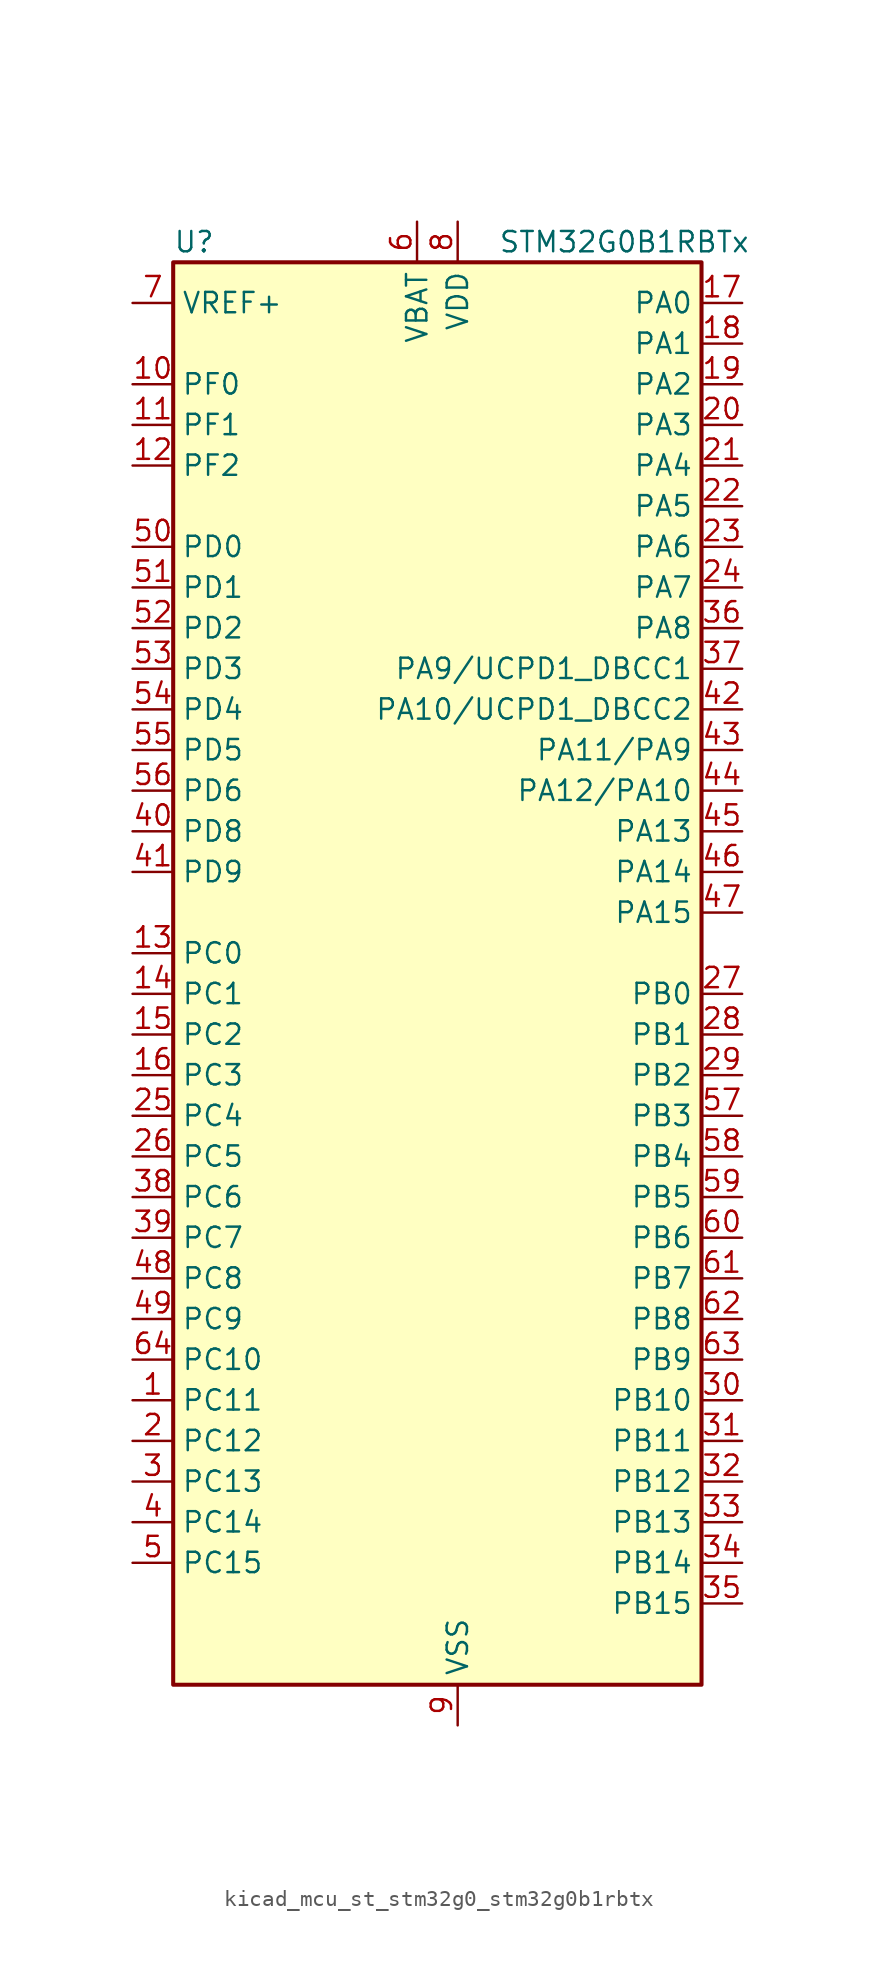
<source format=kicad_sym>
(kicad_symbol_lib
  (version 20220914)
  (generator kicad_symbol_editor)
  (symbol "kicad_mcu_st_stm32g0_stm32g0b1rbtx"
    (property "Reference" "U"
      (at -15.24 46.99 0)
      (effects (font (size 1.27 1.27)) (justify left)))
    (property "Value" "STM32G0B1RBTx"
      (at 5.08 46.99 0)
      (effects (font (size 1.27 1.27)) (justify left)))
    (property "ki_locked" ""
      (at 0 0 0)
      (effects (font (size 1.27 1.27))))
    (symbol "kicad_mcu_st_stm32g0_stm32g0b1rbtx_0_1"
      (rectangle (start -15.24 -43.18) (end 17.78 45.72) (stroke (width 0.254) (type default)) (fill (type background))))
    (symbol "kicad_mcu_st_stm32g0_stm32g0b1rbtx_1_1"
      (pin bidirectional line (at -17.78 -25.4 0) (length 2.54) (name "PC11" (effects (font (size 1.27 1.27)))) (number "1" (effects (font (size 1.27 1.27)))) (alternate "ADC1_EXTI11" bidirectional line) (alternate "SPI3_MISO" bidirectional line) (alternate "TIM1_CH4" bidirectional line) (alternate "USART3_RX" bidirectional line) (alternate "USART4_RX" bidirectional line))
      (pin bidirectional line (at -17.78 38.1 0) (length 2.54) (name "PF0" (effects (font (size 1.27 1.27)))) (number "10" (effects (font (size 1.27 1.27)))) (alternate "CRS1_SYNC" bidirectional line) (alternate "RCC_OSC_IN" bidirectional line) (alternate "TIM14_CH1" bidirectional line))
      (pin bidirectional line (at -17.78 35.56 0) (length 2.54) (name "PF1" (effects (font (size 1.27 1.27)))) (number "11" (effects (font (size 1.27 1.27)))) (alternate "RCC_OSC_EN" bidirectional line) (alternate "RCC_OSC_OUT" bidirectional line) (alternate "TIM15_CH1N" bidirectional line))
      (pin bidirectional line (at -17.78 33.02 0) (length 2.54) (name "PF2" (effects (font (size 1.27 1.27)))) (number "12" (effects (font (size 1.27 1.27)))) (alternate "LPUART2_DE" bidirectional line) (alternate "LPUART2_RTS" bidirectional line) (alternate "LPUART2_TX" bidirectional line) (alternate "RCC_MCO" bidirectional line))
      (pin bidirectional line (at -17.78 2.54 0) (length 2.54) (name "PC0" (effects (font (size 1.27 1.27)))) (number "13" (effects (font (size 1.27 1.27)))) (alternate "COMP3_INM" bidirectional line) (alternate "COMP3_OUT" bidirectional line) (alternate "I2C3_SCL" bidirectional line) (alternate "LPTIM1_IN1" bidirectional line) (alternate "LPTIM2_IN1" bidirectional line) (alternate "LPUART1_RX" bidirectional line) (alternate "LPUART2_TX" bidirectional line) (alternate "USART6_TX" bidirectional line))
      (pin bidirectional line (at -17.78 0 0) (length 2.54) (name "PC1" (effects (font (size 1.27 1.27)))) (number "14" (effects (font (size 1.27 1.27)))) (alternate "COMP3_INP" bidirectional line) (alternate "I2C3_SDA" bidirectional line) (alternate "LPTIM1_OUT" bidirectional line) (alternate "LPUART1_TX" bidirectional line) (alternate "LPUART2_RX" bidirectional line) (alternate "TIM15_CH1" bidirectional line) (alternate "USART6_RX" bidirectional line))
      (pin bidirectional line (at -17.78 -2.54 0) (length 2.54) (name "PC2" (effects (font (size 1.27 1.27)))) (number "15" (effects (font (size 1.27 1.27)))) (alternate "COMP3_OUT" bidirectional line) (alternate "FDCAN2_RX" bidirectional line) (alternate "I2S2_MCK" bidirectional line) (alternate "LPTIM1_IN2" bidirectional line) (alternate "SPI2_MISO" bidirectional line) (alternate "TIM15_CH2" bidirectional line))
      (pin bidirectional line (at -17.78 -5.08 0) (length 2.54) (name "PC3" (effects (font (size 1.27 1.27)))) (number "16" (effects (font (size 1.27 1.27)))) (alternate "FDCAN2_TX" bidirectional line) (alternate "I2S2_SD" bidirectional line) (alternate "LPTIM1_ETR" bidirectional line) (alternate "LPTIM2_ETR" bidirectional line) (alternate "SPI2_MOSI" bidirectional line))
      (pin bidirectional line (at 20.32 43.18 180) (length 2.54) (name "PA0" (effects (font (size 1.27 1.27)))) (number "17" (effects (font (size 1.27 1.27)))) (alternate "ADC1_IN0" bidirectional line) (alternate "COMP1_INM" bidirectional line) (alternate "COMP1_OUT" bidirectional line) (alternate "I2S2_CK" bidirectional line) (alternate "LPTIM1_OUT" bidirectional line) (alternate "RTC_TAMP_IN2" bidirectional line) (alternate "SPI2_SCK" bidirectional line) (alternate "SYS_WKUP1" bidirectional line) (alternate "TIM2_CH1" bidirectional line) (alternate "TIM2_ETR" bidirectional line) (alternate "UCPD2_FRSTX1" bidirectional line) (alternate "UCPD2_FRSTX2" bidirectional line) (alternate "USART2_CTS" bidirectional line) (alternate "USART2_NSS" bidirectional line) (alternate "USART4_TX" bidirectional line))
      (pin bidirectional line (at 20.32 40.64 180) (length 2.54) (name "PA1" (effects (font (size 1.27 1.27)))) (number "18" (effects (font (size 1.27 1.27)))) (alternate "ADC1_IN1" bidirectional line) (alternate "COMP1_INP" bidirectional line) (alternate "I2C1_SMBA" bidirectional line) (alternate "I2S1_CK" bidirectional line) (alternate "SPI1_SCK" bidirectional line) (alternate "TIM15_CH1N" bidirectional line) (alternate "TIM2_CH2" bidirectional line) (alternate "USART2_CK" bidirectional line) (alternate "USART2_DE" bidirectional line) (alternate "USART2_RTS" bidirectional line) (alternate "USART4_RX" bidirectional line))
      (pin bidirectional line (at 20.32 38.1 180) (length 2.54) (name "PA2" (effects (font (size 1.27 1.27)))) (number "19" (effects (font (size 1.27 1.27)))) (alternate "ADC1_IN2" bidirectional line) (alternate "COMP2_INM" bidirectional line) (alternate "COMP2_OUT" bidirectional line) (alternate "I2S1_SD" bidirectional line) (alternate "LPUART1_TX" bidirectional line) (alternate "RCC_LSCO" bidirectional line) (alternate "SPI1_MOSI" bidirectional line) (alternate "SYS_WKUP4" bidirectional line) (alternate "TIM15_CH1" bidirectional line) (alternate "TIM2_CH3" bidirectional line) (alternate "UCPD1_FRSTX1" bidirectional line) (alternate "UCPD1_FRSTX2" bidirectional line) (alternate "USART2_TX" bidirectional line))
      (pin bidirectional line (at -17.78 -27.94 0) (length 2.54) (name "PC12" (effects (font (size 1.27 1.27)))) (number "2" (effects (font (size 1.27 1.27)))) (alternate "LPTIM1_IN1" bidirectional line) (alternate "SPI3_MOSI" bidirectional line) (alternate "TIM14_CH1" bidirectional line) (alternate "UCPD1_FRSTX1" bidirectional line) (alternate "UCPD1_FRSTX2" bidirectional line) (alternate "USART5_TX" bidirectional line))
      (pin bidirectional line (at 20.32 35.56 180) (length 2.54) (name "PA3" (effects (font (size 1.27 1.27)))) (number "20" (effects (font (size 1.27 1.27)))) (alternate "ADC1_IN3" bidirectional line) (alternate "COMP2_INP" bidirectional line) (alternate "I2S2_MCK" bidirectional line) (alternate "LPUART1_RX" bidirectional line) (alternate "SPI2_MISO" bidirectional line) (alternate "TIM15_CH2" bidirectional line) (alternate "TIM2_CH4" bidirectional line) (alternate "UCPD2_FRSTX1" bidirectional line) (alternate "UCPD2_FRSTX2" bidirectional line) (alternate "USART2_RX" bidirectional line))
      (pin bidirectional line (at 20.32 33.02 180) (length 2.54) (name "PA4" (effects (font (size 1.27 1.27)))) (number "21" (effects (font (size 1.27 1.27)))) (alternate "ADC1_IN4" bidirectional line) (alternate "DAC1_OUT1" bidirectional line) (alternate "I2S1_WS" bidirectional line) (alternate "I2S2_SD" bidirectional line) (alternate "LPTIM2_OUT" bidirectional line) (alternate "RTC_OUT2" bidirectional line) (alternate "SPI1_NSS" bidirectional line) (alternate "SPI2_MOSI" bidirectional line) (alternate "SPI3_NSS" bidirectional line) (alternate "TIM14_CH1" bidirectional line) (alternate "UCPD2_FRSTX1" bidirectional line) (alternate "UCPD2_FRSTX2" bidirectional line) (alternate "USART6_TX" bidirectional line) (alternate "USB_NOE" bidirectional line))
      (pin bidirectional line (at 20.32 30.48 180) (length 2.54) (name "PA5" (effects (font (size 1.27 1.27)))) (number "22" (effects (font (size 1.27 1.27)))) (alternate "ADC1_IN5" bidirectional line) (alternate "CEC" bidirectional line) (alternate "DAC1_OUT2" bidirectional line) (alternate "I2S1_CK" bidirectional line) (alternate "LPTIM2_ETR" bidirectional line) (alternate "SPI1_SCK" bidirectional line) (alternate "TIM2_CH1" bidirectional line) (alternate "TIM2_ETR" bidirectional line) (alternate "UCPD1_FRSTX1" bidirectional line) (alternate "UCPD1_FRSTX2" bidirectional line) (alternate "USART3_TX" bidirectional line) (alternate "USART6_RX" bidirectional line))
      (pin bidirectional line (at 20.32 27.94 180) (length 2.54) (name "PA6" (effects (font (size 1.27 1.27)))) (number "23" (effects (font (size 1.27 1.27)))) (alternate "ADC1_IN6" bidirectional line) (alternate "COMP1_OUT" bidirectional line) (alternate "I2C2_SDA" bidirectional line) (alternate "I2C3_SDA" bidirectional line) (alternate "I2S1_MCK" bidirectional line) (alternate "LPUART1_CTS" bidirectional line) (alternate "SPI1_MISO" bidirectional line) (alternate "TIM16_CH1" bidirectional line) (alternate "TIM1_BK" bidirectional line) (alternate "TIM3_CH1" bidirectional line) (alternate "USART3_CTS" bidirectional line) (alternate "USART3_NSS" bidirectional line) (alternate "USART6_CTS" bidirectional line) (alternate "USART6_NSS" bidirectional line))
      (pin bidirectional line (at 20.32 25.4 180) (length 2.54) (name "PA7" (effects (font (size 1.27 1.27)))) (number "24" (effects (font (size 1.27 1.27)))) (alternate "ADC1_IN7" bidirectional line) (alternate "COMP2_OUT" bidirectional line) (alternate "I2C2_SCL" bidirectional line) (alternate "I2C3_SCL" bidirectional line) (alternate "I2S1_SD" bidirectional line) (alternate "SPI1_MOSI" bidirectional line) (alternate "TIM14_CH1" bidirectional line) (alternate "TIM17_CH1" bidirectional line) (alternate "TIM1_CH1N" bidirectional line) (alternate "TIM3_CH2" bidirectional line) (alternate "UCPD1_FRSTX1" bidirectional line) (alternate "UCPD1_FRSTX2" bidirectional line) (alternate "USART6_CK" bidirectional line) (alternate "USART6_DE" bidirectional line) (alternate "USART6_RTS" bidirectional line))
      (pin bidirectional line (at -17.78 -7.62 0) (length 2.54) (name "PC4" (effects (font (size 1.27 1.27)))) (number "25" (effects (font (size 1.27 1.27)))) (alternate "ADC1_IN17" bidirectional line) (alternate "COMP1_INM" bidirectional line) (alternate "FDCAN1_RX" bidirectional line) (alternate "TIM2_CH1" bidirectional line) (alternate "TIM2_ETR" bidirectional line) (alternate "USART1_TX" bidirectional line) (alternate "USART3_TX" bidirectional line))
      (pin bidirectional line (at -17.78 -10.16 0) (length 2.54) (name "PC5" (effects (font (size 1.27 1.27)))) (number "26" (effects (font (size 1.27 1.27)))) (alternate "ADC1_IN18" bidirectional line) (alternate "COMP1_INP" bidirectional line) (alternate "FDCAN1_TX" bidirectional line) (alternate "SYS_WKUP5" bidirectional line) (alternate "TIM2_CH2" bidirectional line) (alternate "USART1_RX" bidirectional line) (alternate "USART3_RX" bidirectional line))
      (pin bidirectional line (at 20.32 0 180) (length 2.54) (name "PB0" (effects (font (size 1.27 1.27)))) (number "27" (effects (font (size 1.27 1.27)))) (alternate "ADC1_IN8" bidirectional line) (alternate "COMP1_OUT" bidirectional line) (alternate "COMP3_INP" bidirectional line) (alternate "FDCAN2_RX" bidirectional line) (alternate "I2S1_WS" bidirectional line) (alternate "LPTIM1_OUT" bidirectional line) (alternate "LPUART2_CTS" bidirectional line) (alternate "SPI1_NSS" bidirectional line) (alternate "TIM1_CH2N" bidirectional line) (alternate "TIM3_CH3" bidirectional line) (alternate "UCPD1_FRSTX1" bidirectional line) (alternate "UCPD1_FRSTX2" bidirectional line) (alternate "USART3_RX" bidirectional line) (alternate "USART5_TX" bidirectional line))
      (pin bidirectional line (at 20.32 -2.54 180) (length 2.54) (name "PB1" (effects (font (size 1.27 1.27)))) (number "28" (effects (font (size 1.27 1.27)))) (alternate "ADC1_IN9" bidirectional line) (alternate "COMP1_INM" bidirectional line) (alternate "COMP3_OUT" bidirectional line) (alternate "FDCAN2_TX" bidirectional line) (alternate "LPTIM2_IN1" bidirectional line) (alternate "LPUART1_DE" bidirectional line) (alternate "LPUART1_RTS" bidirectional line) (alternate "LPUART2_DE" bidirectional line) (alternate "LPUART2_RTS" bidirectional line) (alternate "TIM14_CH1" bidirectional line) (alternate "TIM1_CH3N" bidirectional line) (alternate "TIM3_CH4" bidirectional line) (alternate "USART3_CK" bidirectional line) (alternate "USART3_DE" bidirectional line) (alternate "USART3_RTS" bidirectional line) (alternate "USART5_RX" bidirectional line))
      (pin bidirectional line (at 20.32 -5.08 180) (length 2.54) (name "PB2" (effects (font (size 1.27 1.27)))) (number "29" (effects (font (size 1.27 1.27)))) (alternate "ADC1_IN10" bidirectional line) (alternate "COMP1_INP" bidirectional line) (alternate "COMP3_INM" bidirectional line) (alternate "I2S2_MCK" bidirectional line) (alternate "LPTIM1_OUT" bidirectional line) (alternate "RCC_MCO_2" bidirectional line) (alternate "SPI2_MISO" bidirectional line) (alternate "USART3_TX" bidirectional line))
      (pin bidirectional line (at -17.78 -30.48 0) (length 2.54) (name "PC13" (effects (font (size 1.27 1.27)))) (number "3" (effects (font (size 1.27 1.27)))) (alternate "RTC_OUT1" bidirectional line) (alternate "RTC_TAMP_IN1" bidirectional line) (alternate "RTC_TS" bidirectional line) (alternate "SYS_WKUP2" bidirectional line) (alternate "TIM1_BK" bidirectional line))
      (pin bidirectional line (at 20.32 -25.4 180) (length 2.54) (name "PB10" (effects (font (size 1.27 1.27)))) (number "30" (effects (font (size 1.27 1.27)))) (alternate "ADC1_IN11" bidirectional line) (alternate "CEC" bidirectional line) (alternate "COMP1_OUT" bidirectional line) (alternate "I2C2_SCL" bidirectional line) (alternate "I2S2_CK" bidirectional line) (alternate "LPUART1_RX" bidirectional line) (alternate "SPI2_SCK" bidirectional line) (alternate "TIM2_CH3" bidirectional line) (alternate "USART3_TX" bidirectional line))
      (pin bidirectional line (at 20.32 -27.94 180) (length 2.54) (name "PB11" (effects (font (size 1.27 1.27)))) (number "31" (effects (font (size 1.27 1.27)))) (alternate "ADC1_EXTI11" bidirectional line) (alternate "ADC1_IN15" bidirectional line) (alternate "COMP2_OUT" bidirectional line) (alternate "I2C2_SDA" bidirectional line) (alternate "I2S2_SD" bidirectional line) (alternate "LPUART1_TX" bidirectional line) (alternate "SPI2_MOSI" bidirectional line) (alternate "TIM2_CH4" bidirectional line) (alternate "USART3_RX" bidirectional line))
      (pin bidirectional line (at 20.32 -30.48 180) (length 2.54) (name "PB12" (effects (font (size 1.27 1.27)))) (number "32" (effects (font (size 1.27 1.27)))) (alternate "ADC1_IN16" bidirectional line) (alternate "FDCAN2_RX" bidirectional line) (alternate "I2C2_SMBA" bidirectional line) (alternate "I2S2_WS" bidirectional line) (alternate "LPUART1_DE" bidirectional line) (alternate "LPUART1_RTS" bidirectional line) (alternate "SPI2_NSS" bidirectional line) (alternate "TIM15_BK" bidirectional line) (alternate "TIM1_BK" bidirectional line) (alternate "UCPD2_FRSTX1" bidirectional line) (alternate "UCPD2_FRSTX2" bidirectional line))
      (pin bidirectional line (at 20.32 -33.02 180) (length 2.54) (name "PB13" (effects (font (size 1.27 1.27)))) (number "33" (effects (font (size 1.27 1.27)))) (alternate "FDCAN2_TX" bidirectional line) (alternate "I2C2_SCL" bidirectional line) (alternate "I2S2_CK" bidirectional line) (alternate "LPUART1_CTS" bidirectional line) (alternate "SPI2_SCK" bidirectional line) (alternate "TIM15_CH1N" bidirectional line) (alternate "TIM1_CH1N" bidirectional line) (alternate "USART3_CTS" bidirectional line) (alternate "USART3_NSS" bidirectional line))
      (pin bidirectional line (at 20.32 -35.56 180) (length 2.54) (name "PB14" (effects (font (size 1.27 1.27)))) (number "34" (effects (font (size 1.27 1.27)))) (alternate "I2C2_SDA" bidirectional line) (alternate "I2S2_MCK" bidirectional line) (alternate "SPI2_MISO" bidirectional line) (alternate "TIM15_CH1" bidirectional line) (alternate "TIM1_CH2N" bidirectional line) (alternate "UCPD1_FRSTX1" bidirectional line) (alternate "UCPD1_FRSTX2" bidirectional line) (alternate "USART3_CK" bidirectional line) (alternate "USART3_DE" bidirectional line) (alternate "USART3_RTS" bidirectional line) (alternate "USART6_CK" bidirectional line) (alternate "USART6_DE" bidirectional line) (alternate "USART6_RTS" bidirectional line))
      (pin bidirectional line (at 20.32 -38.1 180) (length 2.54) (name "PB15" (effects (font (size 1.27 1.27)))) (number "35" (effects (font (size 1.27 1.27)))) (alternate "I2S2_SD" bidirectional line) (alternate "RTC_REFIN" bidirectional line) (alternate "SPI2_MOSI" bidirectional line) (alternate "TIM15_CH1N" bidirectional line) (alternate "TIM15_CH2" bidirectional line) (alternate "TIM1_CH3N" bidirectional line) (alternate "UCPD1_CC2" bidirectional line) (alternate "USART6_CTS" bidirectional line) (alternate "USART6_NSS" bidirectional line))
      (pin bidirectional line (at 20.32 22.86 180) (length 2.54) (name "PA8" (effects (font (size 1.27 1.27)))) (number "36" (effects (font (size 1.27 1.27)))) (alternate "CRS1_SYNC" bidirectional line) (alternate "I2C2_SMBA" bidirectional line) (alternate "I2S2_WS" bidirectional line) (alternate "LPTIM2_OUT" bidirectional line) (alternate "RCC_MCO" bidirectional line) (alternate "SPI2_NSS" bidirectional line) (alternate "TIM1_CH1" bidirectional line) (alternate "UCPD1_CC1" bidirectional line))
      (pin bidirectional line (at 20.32 20.32 180) (length 2.54) (name "PA9/UCPD1_DBCC1" (effects (font (size 1.27 1.27)))) (number "37" (effects (font (size 1.27 1.27)))) (alternate "DAC1_EXTI9" bidirectional line) (alternate "I2C1_SCL" bidirectional line) (alternate "I2C2_SCL" bidirectional line) (alternate "I2S2_MCK" bidirectional line) (alternate "RCC_MCO" bidirectional line) (alternate "SPI2_MISO" bidirectional line) (alternate "TIM15_BK" bidirectional line) (alternate "TIM1_CH2" bidirectional line) (alternate "UCPD1_DBCC1" bidirectional line) (alternate "USART1_TX" bidirectional line))
      (pin bidirectional line (at -17.78 -12.7 0) (length 2.54) (name "PC6" (effects (font (size 1.27 1.27)))) (number "38" (effects (font (size 1.27 1.27)))) (alternate "LPUART2_TX" bidirectional line) (alternate "TIM2_CH3" bidirectional line) (alternate "TIM3_CH1" bidirectional line) (alternate "UCPD1_FRSTX1" bidirectional line) (alternate "UCPD1_FRSTX2" bidirectional line))
      (pin bidirectional line (at -17.78 -15.24 0) (length 2.54) (name "PC7" (effects (font (size 1.27 1.27)))) (number "39" (effects (font (size 1.27 1.27)))) (alternate "LPUART2_RX" bidirectional line) (alternate "TIM2_CH4" bidirectional line) (alternate "TIM3_CH2" bidirectional line) (alternate "UCPD2_FRSTX1" bidirectional line) (alternate "UCPD2_FRSTX2" bidirectional line))
      (pin bidirectional line (at -17.78 -33.02 0) (length 2.54) (name "PC14" (effects (font (size 1.27 1.27)))) (number "4" (effects (font (size 1.27 1.27)))) (alternate "RCC_OSC32_IN" bidirectional line) (alternate "TIM1_BK2" bidirectional line))
      (pin bidirectional line (at -17.78 10.16 0) (length 2.54) (name "PD8" (effects (font (size 1.27 1.27)))) (number "40" (effects (font (size 1.27 1.27)))) (alternate "I2S1_CK" bidirectional line) (alternate "LPTIM1_OUT" bidirectional line) (alternate "SPI1_SCK" bidirectional line) (alternate "USART3_TX" bidirectional line))
      (pin bidirectional line (at -17.78 7.62 0) (length 2.54) (name "PD9" (effects (font (size 1.27 1.27)))) (number "41" (effects (font (size 1.27 1.27)))) (alternate "DAC1_EXTI9" bidirectional line) (alternate "I2S1_WS" bidirectional line) (alternate "SPI1_NSS" bidirectional line) (alternate "TIM1_BK2" bidirectional line) (alternate "USART3_RX" bidirectional line))
      (pin bidirectional line (at 20.32 17.78 180) (length 2.54) (name "PA10/UCPD1_DBCC2" (effects (font (size 1.27 1.27)))) (number "42" (effects (font (size 1.27 1.27)))) (alternate "I2C1_SDA" bidirectional line) (alternate "I2C2_SDA" bidirectional line) (alternate "I2S2_SD" bidirectional line) (alternate "RCC_MCO_2" bidirectional line) (alternate "SPI2_MOSI" bidirectional line) (alternate "TIM17_BK" bidirectional line) (alternate "TIM1_CH3" bidirectional line) (alternate "UCPD1_DBCC2" bidirectional line) (alternate "USART1_RX" bidirectional line))
      (pin bidirectional line (at 20.32 15.24 180) (length 2.54) (name "PA11/PA9" (effects (font (size 1.27 1.27)))) (number "43" (effects (font (size 1.27 1.27)))) (alternate "ADC1_EXTI11" bidirectional line) (alternate "COMP1_OUT" bidirectional line) (alternate "FDCAN1_RX" bidirectional line) (alternate "I2C2_SCL" bidirectional line) (alternate "I2S1_MCK" bidirectional line) (alternate "SPI1_MISO" bidirectional line) (alternate "TIM1_BK2" bidirectional line) (alternate "TIM1_CH4" bidirectional line) (alternate "USART1_CTS" bidirectional line) (alternate "USART1_NSS" bidirectional line) (alternate "USB_DM" bidirectional line))
      (pin bidirectional line (at 20.32 12.7 180) (length 2.54) (name "PA12/PA10" (effects (font (size 1.27 1.27)))) (number "44" (effects (font (size 1.27 1.27)))) (alternate "COMP2_OUT" bidirectional line) (alternate "FDCAN1_TX" bidirectional line) (alternate "I2C2_SDA" bidirectional line) (alternate "I2S1_SD" bidirectional line) (alternate "I2S_CKIN" bidirectional line) (alternate "SPI1_MOSI" bidirectional line) (alternate "TIM1_ETR" bidirectional line) (alternate "USART1_CK" bidirectional line) (alternate "USART1_DE" bidirectional line) (alternate "USART1_RTS" bidirectional line) (alternate "USB_DP" bidirectional line))
      (pin bidirectional line (at 20.32 10.16 180) (length 2.54) (name "PA13" (effects (font (size 1.27 1.27)))) (number "45" (effects (font (size 1.27 1.27)))) (alternate "IR_OUT" bidirectional line) (alternate "LPUART2_RX" bidirectional line) (alternate "SYS_SWDIO" bidirectional line) (alternate "USB_NOE" bidirectional line))
      (pin bidirectional line (at 20.32 7.62 180) (length 2.54) (name "PA14" (effects (font (size 1.27 1.27)))) (number "46" (effects (font (size 1.27 1.27)))) (alternate "LPUART2_TX" bidirectional line) (alternate "SYS_SWCLK" bidirectional line) (alternate "USART2_TX" bidirectional line))
      (pin bidirectional line (at 20.32 5.08 180) (length 2.54) (name "PA15" (effects (font (size 1.27 1.27)))) (number "47" (effects (font (size 1.27 1.27)))) (alternate "I2C2_SMBA" bidirectional line) (alternate "I2S1_WS" bidirectional line) (alternate "RCC_MCO_2" bidirectional line) (alternate "SPI1_NSS" bidirectional line) (alternate "SPI3_NSS" bidirectional line) (alternate "TIM2_CH1" bidirectional line) (alternate "TIM2_ETR" bidirectional line) (alternate "USART2_RX" bidirectional line) (alternate "USART3_CK" bidirectional line) (alternate "USART3_DE" bidirectional line) (alternate "USART3_RTS" bidirectional line) (alternate "USART4_CK" bidirectional line) (alternate "USART4_DE" bidirectional line) (alternate "USART4_RTS" bidirectional line) (alternate "USB_NOE" bidirectional line))
      (pin bidirectional line (at -17.78 -17.78 0) (length 2.54) (name "PC8" (effects (font (size 1.27 1.27)))) (number "48" (effects (font (size 1.27 1.27)))) (alternate "LPUART2_CTS" bidirectional line) (alternate "TIM1_CH1" bidirectional line) (alternate "TIM3_CH3" bidirectional line) (alternate "UCPD2_FRSTX1" bidirectional line) (alternate "UCPD2_FRSTX2" bidirectional line))
      (pin bidirectional line (at -17.78 -20.32 0) (length 2.54) (name "PC9" (effects (font (size 1.27 1.27)))) (number "49" (effects (font (size 1.27 1.27)))) (alternate "DAC1_EXTI9" bidirectional line) (alternate "I2S_CKIN" bidirectional line) (alternate "LPUART2_DE" bidirectional line) (alternate "LPUART2_RTS" bidirectional line) (alternate "TIM1_CH2" bidirectional line) (alternate "TIM3_CH4" bidirectional line) (alternate "USB_NOE" bidirectional line))
      (pin bidirectional line (at -17.78 -35.56 0) (length 2.54) (name "PC15" (effects (font (size 1.27 1.27)))) (number "5" (effects (font (size 1.27 1.27)))) (alternate "RCC_OSC32_EN" bidirectional line) (alternate "RCC_OSC32_OUT" bidirectional line) (alternate "RCC_OSC_EN" bidirectional line) (alternate "TIM15_BK" bidirectional line))
      (pin bidirectional line (at -17.78 27.94 0) (length 2.54) (name "PD0" (effects (font (size 1.27 1.27)))) (number "50" (effects (font (size 1.27 1.27)))) (alternate "FDCAN1_RX" bidirectional line) (alternate "I2S2_WS" bidirectional line) (alternate "SPI2_NSS" bidirectional line) (alternate "TIM16_CH1" bidirectional line) (alternate "UCPD2_CC1" bidirectional line))
      (pin bidirectional line (at -17.78 25.4 0) (length 2.54) (name "PD1" (effects (font (size 1.27 1.27)))) (number "51" (effects (font (size 1.27 1.27)))) (alternate "FDCAN1_TX" bidirectional line) (alternate "I2S2_CK" bidirectional line) (alternate "SPI2_SCK" bidirectional line) (alternate "TIM17_CH1" bidirectional line) (alternate "UCPD2_DBCC1" bidirectional line))
      (pin bidirectional line (at -17.78 22.86 0) (length 2.54) (name "PD2" (effects (font (size 1.27 1.27)))) (number "52" (effects (font (size 1.27 1.27)))) (alternate "TIM1_CH1N" bidirectional line) (alternate "TIM3_ETR" bidirectional line) (alternate "UCPD2_CC2" bidirectional line) (alternate "USART3_CK" bidirectional line) (alternate "USART3_DE" bidirectional line) (alternate "USART3_RTS" bidirectional line) (alternate "USART5_RX" bidirectional line))
      (pin bidirectional line (at -17.78 20.32 0) (length 2.54) (name "PD3" (effects (font (size 1.27 1.27)))) (number "53" (effects (font (size 1.27 1.27)))) (alternate "I2S2_MCK" bidirectional line) (alternate "SPI2_MISO" bidirectional line) (alternate "TIM1_CH2N" bidirectional line) (alternate "UCPD2_DBCC2" bidirectional line) (alternate "USART2_CTS" bidirectional line) (alternate "USART2_NSS" bidirectional line) (alternate "USART5_TX" bidirectional line))
      (pin bidirectional line (at -17.78 17.78 0) (length 2.54) (name "PD4" (effects (font (size 1.27 1.27)))) (number "54" (effects (font (size 1.27 1.27)))) (alternate "I2S2_SD" bidirectional line) (alternate "SPI2_MOSI" bidirectional line) (alternate "TIM1_CH3N" bidirectional line) (alternate "USART2_CK" bidirectional line) (alternate "USART2_DE" bidirectional line) (alternate "USART2_RTS" bidirectional line) (alternate "USART5_CK" bidirectional line) (alternate "USART5_DE" bidirectional line) (alternate "USART5_RTS" bidirectional line))
      (pin bidirectional line (at -17.78 15.24 0) (length 2.54) (name "PD5" (effects (font (size 1.27 1.27)))) (number "55" (effects (font (size 1.27 1.27)))) (alternate "I2S1_MCK" bidirectional line) (alternate "SPI1_MISO" bidirectional line) (alternate "TIM1_BK" bidirectional line) (alternate "USART2_TX" bidirectional line) (alternate "USART5_CTS" bidirectional line) (alternate "USART5_NSS" bidirectional line))
      (pin bidirectional line (at -17.78 12.7 0) (length 2.54) (name "PD6" (effects (font (size 1.27 1.27)))) (number "56" (effects (font (size 1.27 1.27)))) (alternate "I2S1_SD" bidirectional line) (alternate "LPTIM2_OUT" bidirectional line) (alternate "SPI1_MOSI" bidirectional line) (alternate "USART2_RX" bidirectional line))
      (pin bidirectional line (at 20.32 -7.62 180) (length 2.54) (name "PB3" (effects (font (size 1.27 1.27)))) (number "57" (effects (font (size 1.27 1.27)))) (alternate "COMP2_INM" bidirectional line) (alternate "I2C2_SCL" bidirectional line) (alternate "I2C3_SCL" bidirectional line) (alternate "I2S1_CK" bidirectional line) (alternate "SPI1_SCK" bidirectional line) (alternate "SPI3_SCK" bidirectional line) (alternate "TIM1_CH2" bidirectional line) (alternate "TIM2_CH2" bidirectional line) (alternate "USART1_CK" bidirectional line) (alternate "USART1_DE" bidirectional line) (alternate "USART1_RTS" bidirectional line) (alternate "USART5_TX" bidirectional line))
      (pin bidirectional line (at 20.32 -10.16 180) (length 2.54) (name "PB4" (effects (font (size 1.27 1.27)))) (number "58" (effects (font (size 1.27 1.27)))) (alternate "COMP2_INP" bidirectional line) (alternate "I2C2_SDA" bidirectional line) (alternate "I2C3_SDA" bidirectional line) (alternate "I2S1_MCK" bidirectional line) (alternate "SPI1_MISO" bidirectional line) (alternate "SPI3_MISO" bidirectional line) (alternate "TIM17_BK" bidirectional line) (alternate "TIM3_CH1" bidirectional line) (alternate "USART1_CTS" bidirectional line) (alternate "USART1_NSS" bidirectional line) (alternate "USART5_RX" bidirectional line))
      (pin bidirectional line (at 20.32 -12.7 180) (length 2.54) (name "PB5" (effects (font (size 1.27 1.27)))) (number "59" (effects (font (size 1.27 1.27)))) (alternate "COMP2_OUT" bidirectional line) (alternate "FDCAN2_RX" bidirectional line) (alternate "I2C1_SMBA" bidirectional line) (alternate "I2S1_SD" bidirectional line) (alternate "LPTIM1_IN1" bidirectional line) (alternate "SPI1_MOSI" bidirectional line) (alternate "SPI3_MOSI" bidirectional line) (alternate "SYS_WKUP6" bidirectional line) (alternate "TIM16_BK" bidirectional line) (alternate "TIM3_CH2" bidirectional line) (alternate "USART5_CK" bidirectional line) (alternate "USART5_DE" bidirectional line) (alternate "USART5_RTS" bidirectional line))
      (pin power_in line (at 0 48.26 270) (length 2.54) (name "VBAT" (effects (font (size 1.27 1.27)))) (number "6" (effects (font (size 1.27 1.27)))))
      (pin bidirectional line (at 20.32 -15.24 180) (length 2.54) (name "PB6" (effects (font (size 1.27 1.27)))) (number "60" (effects (font (size 1.27 1.27)))) (alternate "COMP2_INP" bidirectional line) (alternate "FDCAN2_TX" bidirectional line) (alternate "I2C1_SCL" bidirectional line) (alternate "I2S2_MCK" bidirectional line) (alternate "LPTIM1_ETR" bidirectional line) (alternate "LPUART2_TX" bidirectional line) (alternate "SPI2_MISO" bidirectional line) (alternate "TIM16_CH1N" bidirectional line) (alternate "TIM1_CH3" bidirectional line) (alternate "TIM4_CH1" bidirectional line) (alternate "USART1_TX" bidirectional line) (alternate "USART5_CTS" bidirectional line) (alternate "USART5_NSS" bidirectional line))
      (pin bidirectional line (at 20.32 -17.78 180) (length 2.54) (name "PB7" (effects (font (size 1.27 1.27)))) (number "61" (effects (font (size 1.27 1.27)))) (alternate "COMP2_INM" bidirectional line) (alternate "I2C1_SDA" bidirectional line) (alternate "I2S2_SD" bidirectional line) (alternate "LPTIM1_IN2" bidirectional line) (alternate "LPUART2_RX" bidirectional line) (alternate "SPI2_MOSI" bidirectional line) (alternate "SYS_PVD_IN" bidirectional line) (alternate "TIM17_CH1N" bidirectional line) (alternate "TIM4_CH2" bidirectional line) (alternate "USART1_RX" bidirectional line) (alternate "USART4_CTS" bidirectional line) (alternate "USART4_NSS" bidirectional line))
      (pin bidirectional line (at 20.32 -20.32 180) (length 2.54) (name "PB8" (effects (font (size 1.27 1.27)))) (number "62" (effects (font (size 1.27 1.27)))) (alternate "CEC" bidirectional line) (alternate "FDCAN1_RX" bidirectional line) (alternate "I2C1_SCL" bidirectional line) (alternate "I2S2_CK" bidirectional line) (alternate "SPI2_SCK" bidirectional line) (alternate "TIM15_BK" bidirectional line) (alternate "TIM16_CH1" bidirectional line) (alternate "TIM4_CH3" bidirectional line) (alternate "USART3_TX" bidirectional line) (alternate "USART6_TX" bidirectional line))
      (pin bidirectional line (at 20.32 -22.86 180) (length 2.54) (name "PB9" (effects (font (size 1.27 1.27)))) (number "63" (effects (font (size 1.27 1.27)))) (alternate "DAC1_EXTI9" bidirectional line) (alternate "FDCAN1_TX" bidirectional line) (alternate "I2C1_SDA" bidirectional line) (alternate "I2S2_WS" bidirectional line) (alternate "IR_OUT" bidirectional line) (alternate "SPI2_NSS" bidirectional line) (alternate "TIM17_CH1" bidirectional line) (alternate "TIM4_CH4" bidirectional line) (alternate "UCPD2_FRSTX1" bidirectional line) (alternate "UCPD2_FRSTX2" bidirectional line) (alternate "USART3_RX" bidirectional line) (alternate "USART6_RX" bidirectional line))
      (pin bidirectional line (at -17.78 -22.86 0) (length 2.54) (name "PC10" (effects (font (size 1.27 1.27)))) (number "64" (effects (font (size 1.27 1.27)))) (alternate "SPI3_SCK" bidirectional line) (alternate "TIM1_CH3" bidirectional line) (alternate "USART3_TX" bidirectional line) (alternate "USART4_TX" bidirectional line))
      (pin input line (at -17.78 43.18 0) (length 2.54) (name "VREF+" (effects (font (size 1.27 1.27)))) (number "7" (effects (font (size 1.27 1.27)))) (alternate "VREFBUF_OUT" bidirectional line))
      (pin power_in line (at 2.54 48.26 270) (length 2.54) (name "VDD" (effects (font (size 1.27 1.27)))) (number "8" (effects (font (size 1.27 1.27)))))
      (pin power_in line (at 2.54 -45.72 90) (length 2.54) (name "VSS" (effects (font (size 1.27 1.27)))) (number "9" (effects (font (size 1.27 1.27))))))))
</source>
